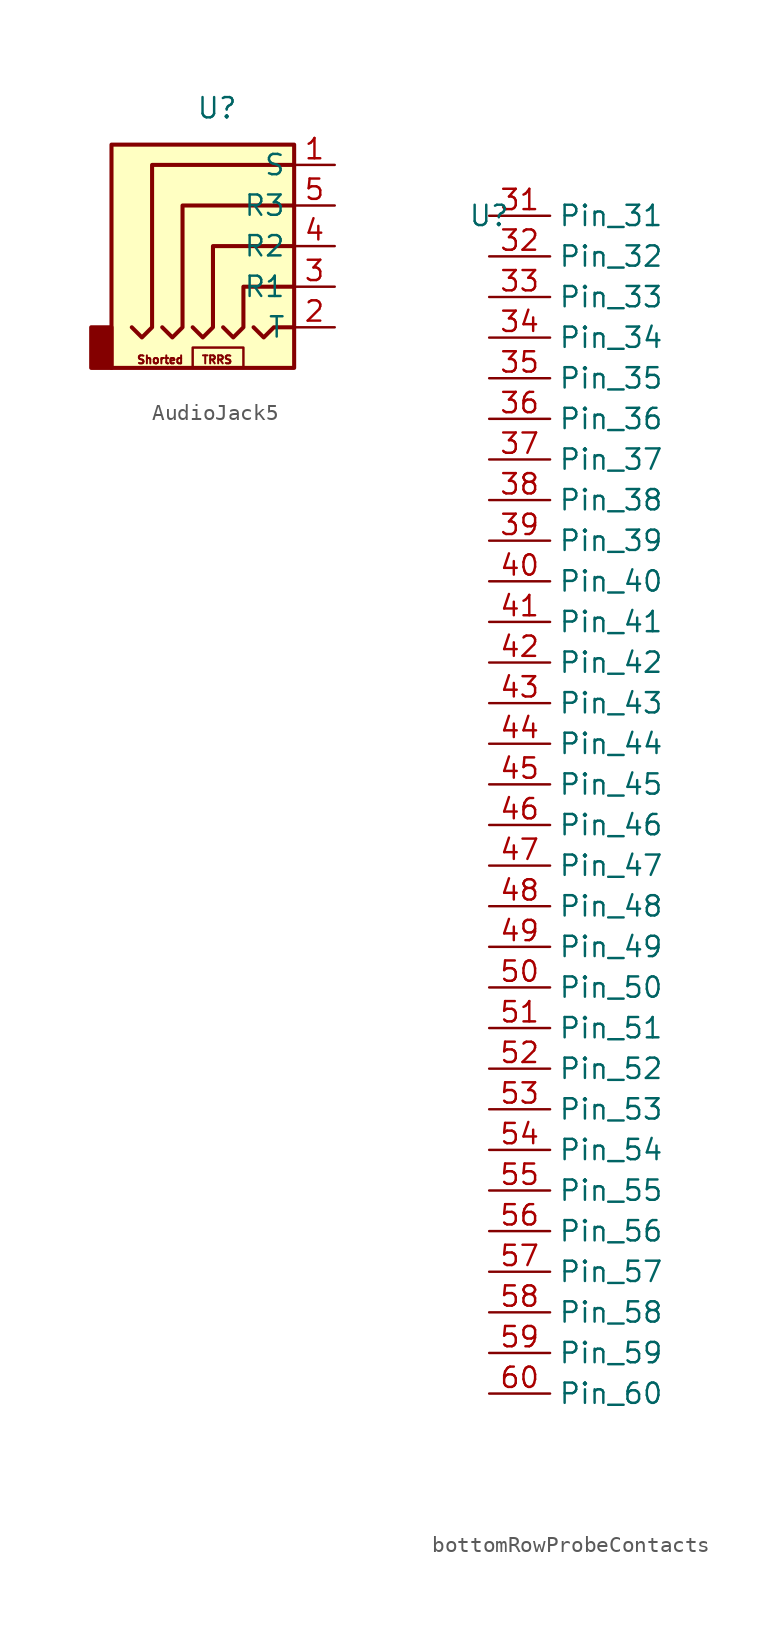
<source format=kicad_sym>
(kicad_symbol_lib
  (version 20231120)
  (generator "kicad_symbol_editor")
  (generator_version "8.0")
  (symbol "AudioJack5"
    (property "Reference" "U"
      (at -7.366 13.716 0)
      (effects (font (size 1.27 1.27))))
    (property "Value" ""
      (at 0 0 0)
      (effects (font (size 1.27 1.27))))
    (symbol "AudioJack5_0_1"
      (rectangle (start -13.97 0) (end -15.24 -2.54) (stroke (width 0.254) (type default)) (fill (type outline)))
      (rectangle (start -13.97 11.43) (end -2.54 -2.54) (stroke (width 0.254) (type default)) (fill (type background)))
      (rectangle (start -8.89 -1.27) (end -5.715 -2.54) (stroke (width 0) (type default)) (fill (type none)))
      (polyline (pts (xy -5.08 0) (xy -4.445 -0.635) (xy -3.81 0) (xy -2.54 0)) (stroke (width 0.254) (type default)) (fill (type none)))
      (polyline (pts (xy -10.795 0) (xy -10.16 -0.635) (xy -9.525 0) (xy -9.525 7.62) (xy -2.54 7.62)) (stroke (width 0.254) (type default)) (fill (type none)))
      (polyline (pts (xy -6.985 0) (xy -6.35 -0.635) (xy -5.715 0) (xy -5.715 2.54) (xy -2.54 2.54)) (stroke (width 0.254) (type default)) (fill (type none)))
      (polyline (pts (xy -2.54 5.08) (xy -7.62 5.08) (xy -7.62 0) (xy -8.255 -0.635) (xy -8.89 0)) (stroke (width 0.254) (type default)) (fill (type none)))
      (polyline (pts (xy -2.54 10.16) (xy -11.43 10.16) (xy -11.43 0) (xy -12.065 -0.635) (xy -12.7 0)) (stroke (width 0.254) (type default)) (fill (type none))))
    (symbol "AudioJack5_1_1"
      (text "Shorted" (at -10.922 -2.032 0) (effects (font (size 0.5 0.5))))
      (text "TRRS" (at -7.366 -2.032 0) (effects (font (size 0.5 0.5))))
      (pin passive line (at 0 10.16 180) (length 2.54) (name "S" (effects (font (size 1.27 1.27)))) (number "1" (effects (font (size 1.27 1.27)))))
      (pin passive line (at 0 0 180) (length 2.54) (name "T" (effects (font (size 1.27 1.27)))) (number "2" (effects (font (size 1.27 1.27)))))
      (pin passive line (at 0 2.54 180) (length 2.54) (name "R1" (effects (font (size 1.27 1.27)))) (number "3" (effects (font (size 1.27 1.27)))))
      (pin passive line (at 0 5.08 180) (length 2.54) (name "R2" (effects (font (size 1.27 1.27)))) (number "4" (effects (font (size 1.27 1.27)))))
      (pin passive line (at 0 7.62 180) (length 2.54) (name "R3" (effects (font (size 1.27 1.27)))) (number "5" (effects (font (size 1.27 1.27)))))))
  (symbol "bottomRowProbeContacts"
    (property "Reference" "U"
      (at 0 0 0)
      (effects (font (size 1.27 1.27))))
    (property "Value" ""
      (at 0 0 0)
      (effects (font (size 1.27 1.27))))
    (symbol "bottomRowProbeContacts_1_1"
      (pin passive line (at 0 0 0) (length 3.81) (name "Pin_31" (effects (font (size 1.27 1.27)))) (number "31" (effects (font (size 1.27 1.27)))))
      (pin passive line (at 0 -2.54 0) (length 3.81) (name "Pin_32" (effects (font (size 1.27 1.27)))) (number "32" (effects (font (size 1.27 1.27)))))
      (pin passive line (at 0 -5.08 0) (length 3.81) (name "Pin_33" (effects (font (size 1.27 1.27)))) (number "33" (effects (font (size 1.27 1.27)))))
      (pin passive line (at 0 -7.62 0) (length 3.81) (name "Pin_34" (effects (font (size 1.27 1.27)))) (number "34" (effects (font (size 1.27 1.27)))))
      (pin passive line (at 0 -10.16 0) (length 3.81) (name "Pin_35" (effects (font (size 1.27 1.27)))) (number "35" (effects (font (size 1.27 1.27)))))
      (pin passive line (at 0 -12.7 0) (length 3.81) (name "Pin_36" (effects (font (size 1.27 1.27)))) (number "36" (effects (font (size 1.27 1.27)))))
      (pin passive line (at 0 -15.24 0) (length 3.81) (name "Pin_37" (effects (font (size 1.27 1.27)))) (number "37" (effects (font (size 1.27 1.27)))))
      (pin passive line (at 0 -17.78 0) (length 3.81) (name "Pin_38" (effects (font (size 1.27 1.27)))) (number "38" (effects (font (size 1.27 1.27)))))
      (pin passive line (at 0 -20.32 0) (length 3.81) (name "Pin_39" (effects (font (size 1.27 1.27)))) (number "39" (effects (font (size 1.27 1.27)))))
      (pin passive line (at 0 -22.86 0) (length 3.81) (name "Pin_40" (effects (font (size 1.27 1.27)))) (number "40" (effects (font (size 1.27 1.27)))))
      (pin passive line (at 0 -25.4 0) (length 3.81) (name "Pin_41" (effects (font (size 1.27 1.27)))) (number "41" (effects (font (size 1.27 1.27)))))
      (pin passive line (at 0 -27.94 0) (length 3.81) (name "Pin_42" (effects (font (size 1.27 1.27)))) (number "42" (effects (font (size 1.27 1.27)))))
      (pin passive line (at 0 -30.48 0) (length 3.81) (name "Pin_43" (effects (font (size 1.27 1.27)))) (number "43" (effects (font (size 1.27 1.27)))))
      (pin passive line (at 0 -33.02 0) (length 3.81) (name "Pin_44" (effects (font (size 1.27 1.27)))) (number "44" (effects (font (size 1.27 1.27)))))
      (pin passive line (at 0 -35.56 0) (length 3.81) (name "Pin_45" (effects (font (size 1.27 1.27)))) (number "45" (effects (font (size 1.27 1.27)))))
      (pin passive line (at 0 -38.1 0) (length 3.81) (name "Pin_46" (effects (font (size 1.27 1.27)))) (number "46" (effects (font (size 1.27 1.27)))))
      (pin passive line (at 0 -40.64 0) (length 3.81) (name "Pin_47" (effects (font (size 1.27 1.27)))) (number "47" (effects (font (size 1.27 1.27)))))
      (pin passive line (at 0 -43.18 0) (length 3.81) (name "Pin_48" (effects (font (size 1.27 1.27)))) (number "48" (effects (font (size 1.27 1.27)))))
      (pin passive line (at 0 -45.72 0) (length 3.81) (name "Pin_49" (effects (font (size 1.27 1.27)))) (number "49" (effects (font (size 1.27 1.27)))))
      (pin passive line (at 0 -48.26 0) (length 3.81) (name "Pin_50" (effects (font (size 1.27 1.27)))) (number "50" (effects (font (size 1.27 1.27)))))
      (pin passive line (at 0 -50.8 0) (length 3.81) (name "Pin_51" (effects (font (size 1.27 1.27)))) (number "51" (effects (font (size 1.27 1.27)))))
      (pin passive line (at 0 -53.34 0) (length 3.81) (name "Pin_52" (effects (font (size 1.27 1.27)))) (number "52" (effects (font (size 1.27 1.27)))))
      (pin passive line (at 0 -55.88 0) (length 3.81) (name "Pin_53" (effects (font (size 1.27 1.27)))) (number "53" (effects (font (size 1.27 1.27)))))
      (pin passive line (at 0 -58.42 0) (length 3.81) (name "Pin_54" (effects (font (size 1.27 1.27)))) (number "54" (effects (font (size 1.27 1.27)))))
      (pin passive line (at 0 -60.96 0) (length 3.81) (name "Pin_55" (effects (font (size 1.27 1.27)))) (number "55" (effects (font (size 1.27 1.27)))))
      (pin passive line (at 0 -63.5 0) (length 3.81) (name "Pin_56" (effects (font (size 1.27 1.27)))) (number "56" (effects (font (size 1.27 1.27)))))
      (pin passive line (at 0 -66.04 0) (length 3.81) (name "Pin_57" (effects (font (size 1.27 1.27)))) (number "57" (effects (font (size 1.27 1.27)))))
      (pin passive line (at 0 -68.58 0) (length 3.81) (name "Pin_58" (effects (font (size 1.27 1.27)))) (number "58" (effects (font (size 1.27 1.27)))))
      (pin passive line (at 0 -71.12 0) (length 3.81) (name "Pin_59" (effects (font (size 1.27 1.27)))) (number "59" (effects (font (size 1.27 1.27)))))
      (pin passive line (at 0 -73.66 0) (length 3.81) (name "Pin_60" (effects (font (size 1.27 1.27)))) (number "60" (effects (font (size 1.27 1.27))))))))
</source>
